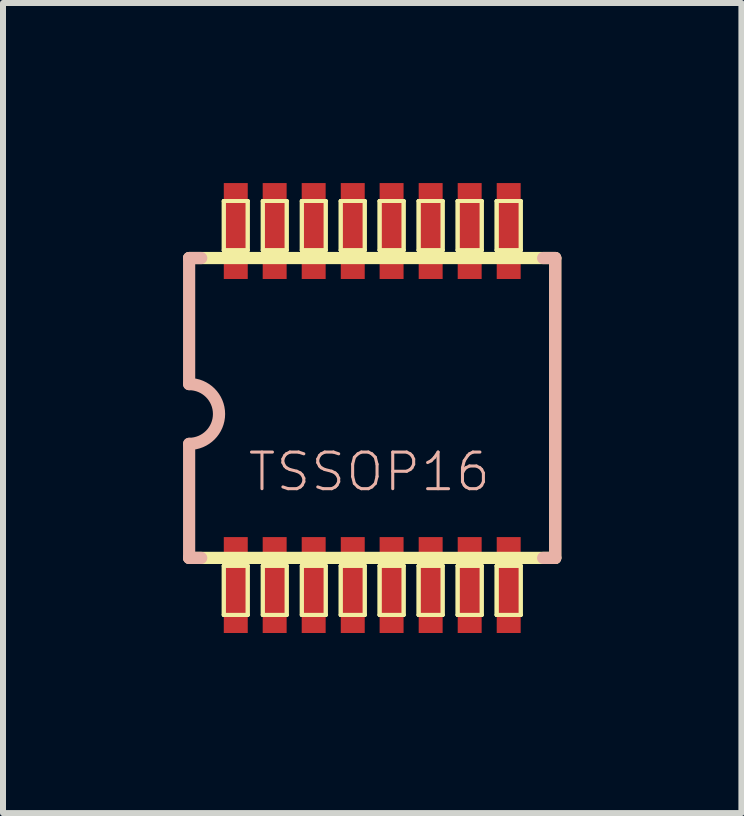
<source format=kicad_pcb>
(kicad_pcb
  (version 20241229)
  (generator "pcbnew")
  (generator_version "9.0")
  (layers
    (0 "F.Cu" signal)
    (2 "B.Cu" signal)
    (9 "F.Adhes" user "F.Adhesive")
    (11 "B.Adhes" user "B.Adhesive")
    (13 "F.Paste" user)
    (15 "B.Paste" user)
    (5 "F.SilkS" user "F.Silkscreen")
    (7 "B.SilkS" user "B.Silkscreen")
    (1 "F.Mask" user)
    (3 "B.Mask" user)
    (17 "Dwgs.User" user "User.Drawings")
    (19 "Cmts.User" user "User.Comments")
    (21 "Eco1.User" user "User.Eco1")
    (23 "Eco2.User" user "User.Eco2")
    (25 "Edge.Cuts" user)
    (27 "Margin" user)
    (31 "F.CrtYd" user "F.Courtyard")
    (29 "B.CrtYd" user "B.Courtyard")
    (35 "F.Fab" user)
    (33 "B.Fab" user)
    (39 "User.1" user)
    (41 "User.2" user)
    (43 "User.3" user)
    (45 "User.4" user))
  (footprint "TSSOP16"
    (layer "F.Cu")
    (at 3.101 3.847)
    (property "Reference" "TSSOP16" (at 0 0.965 0) (layer "B.SilkS") (effects (font (size 0.61 0.61) (thickness 0.051))))
    (attr smd)
    (fp_line (start -3 -2.598) (end 3.099 -2.598) (stroke (width 0.203) (type solid)) (layer "F.SilkS"))
    (fp_line (start -2.423 -3.548) (end -2.024 -3.548) (stroke (width 0.066) (type solid)) (layer "F.SilkS"))
    (fp_line (start -2.423 -3.548) (end -2.024 -3.548) (stroke (width 0.066) (type solid)) (layer "F.SilkS"))
    (fp_line (start -2.423 -2.728) (end -2.423 -3.548) (stroke (width 0.066) (type solid)) (layer "F.SilkS"))
    (fp_line (start -2.423 -2.728) (end -2.423 -3.548) (stroke (width 0.066) (type solid)) (layer "F.SilkS"))
    (fp_line (start -2.423 -2.728) (end -2.024 -2.728) (stroke (width 0.066) (type solid)) (layer "F.SilkS"))
    (fp_line (start -2.423 -2.728) (end -2.024 -2.728) (stroke (width 0.066) (type solid)) (layer "F.SilkS"))
    (fp_line (start -2.423 2.53) (end -2.024 2.53) (stroke (width 0.066) (type solid)) (layer "F.SilkS"))
    (fp_line (start -2.423 2.53) (end -2.024 2.53) (stroke (width 0.066) (type solid)) (layer "F.SilkS"))
    (fp_line (start -2.423 3.348) (end -2.423 2.53) (stroke (width 0.066) (type solid)) (layer "F.SilkS"))
    (fp_line (start -2.423 3.348) (end -2.423 2.53) (stroke (width 0.066) (type solid)) (layer "F.SilkS"))
    (fp_line (start -2.423 3.348) (end -2.024 3.348) (stroke (width 0.066) (type solid)) (layer "F.SilkS"))
    (fp_line (start -2.423 3.348) (end -2.024 3.348) (stroke (width 0.066) (type solid)) (layer "F.SilkS"))
    (fp_line (start -2.024 -2.728) (end -2.024 -3.548) (stroke (width 0.066) (type solid)) (layer "F.SilkS"))
    (fp_line (start -2.024 -2.728) (end -2.024 -3.548) (stroke (width 0.066) (type solid)) (layer "F.SilkS"))
    (fp_line (start -2.024 3.348) (end -2.024 2.53) (stroke (width 0.066) (type solid)) (layer "F.SilkS"))
    (fp_line (start -2.024 3.348) (end -2.024 2.53) (stroke (width 0.066) (type solid)) (layer "F.SilkS"))
    (fp_line (start -1.773 -3.548) (end -1.374 -3.548) (stroke (width 0.066) (type solid)) (layer "F.SilkS"))
    (fp_line (start -1.773 -3.548) (end -1.374 -3.548) (stroke (width 0.066) (type solid)) (layer "F.SilkS"))
    (fp_line (start -1.773 -2.728) (end -1.773 -3.548) (stroke (width 0.066) (type solid)) (layer "F.SilkS"))
    (fp_line (start -1.773 -2.728) (end -1.773 -3.548) (stroke (width 0.066) (type solid)) (layer "F.SilkS"))
    (fp_line (start -1.773 -2.728) (end -1.374 -2.728) (stroke (width 0.066) (type solid)) (layer "F.SilkS"))
    (fp_line (start -1.773 -2.728) (end -1.374 -2.728) (stroke (width 0.066) (type solid)) (layer "F.SilkS"))
    (fp_line (start -1.773 2.53) (end -1.374 2.53) (stroke (width 0.066) (type solid)) (layer "F.SilkS"))
    (fp_line (start -1.773 2.53) (end -1.374 2.53) (stroke (width 0.066) (type solid)) (layer "F.SilkS"))
    (fp_line (start -1.773 3.348) (end -1.773 2.53) (stroke (width 0.066) (type solid)) (layer "F.SilkS"))
    (fp_line (start -1.773 3.348) (end -1.773 2.53) (stroke (width 0.066) (type solid)) (layer "F.SilkS"))
    (fp_line (start -1.773 3.348) (end -1.374 3.348) (stroke (width 0.066) (type solid)) (layer "F.SilkS"))
    (fp_line (start -1.773 3.348) (end -1.374 3.348) (stroke (width 0.066) (type solid)) (layer "F.SilkS"))
    (fp_line (start -1.374 -2.728) (end -1.374 -3.548) (stroke (width 0.066) (type solid)) (layer "F.SilkS"))
    (fp_line (start -1.374 -2.728) (end -1.374 -3.548) (stroke (width 0.066) (type solid)) (layer "F.SilkS"))
    (fp_line (start -1.374 3.348) (end -1.374 2.53) (stroke (width 0.066) (type solid)) (layer "F.SilkS"))
    (fp_line (start -1.374 3.348) (end -1.374 2.53) (stroke (width 0.066) (type solid)) (layer "F.SilkS"))
    (fp_line (start -1.123 -3.548) (end -0.724 -3.548) (stroke (width 0.066) (type solid)) (layer "F.SilkS"))
    (fp_line (start -1.123 -3.548) (end -0.724 -3.548) (stroke (width 0.066) (type solid)) (layer "F.SilkS"))
    (fp_line (start -1.123 -2.728) (end -1.123 -3.548) (stroke (width 0.066) (type solid)) (layer "F.SilkS"))
    (fp_line (start -1.123 -2.728) (end -1.123 -3.548) (stroke (width 0.066) (type solid)) (layer "F.SilkS"))
    (fp_line (start -1.123 -2.728) (end -0.724 -2.728) (stroke (width 0.066) (type solid)) (layer "F.SilkS"))
    (fp_line (start -1.123 -2.728) (end -0.724 -2.728) (stroke (width 0.066) (type solid)) (layer "F.SilkS"))
    (fp_line (start -1.123 2.53) (end -0.724 2.53) (stroke (width 0.066) (type solid)) (layer "F.SilkS"))
    (fp_line (start -1.123 2.53) (end -0.724 2.53) (stroke (width 0.066) (type solid)) (layer "F.SilkS"))
    (fp_line (start -1.123 3.348) (end -1.123 2.53) (stroke (width 0.066) (type solid)) (layer "F.SilkS"))
    (fp_line (start -1.123 3.348) (end -1.123 2.53) (stroke (width 0.066) (type solid)) (layer "F.SilkS"))
    (fp_line (start -1.123 3.348) (end -0.724 3.348) (stroke (width 0.066) (type solid)) (layer "F.SilkS"))
    (fp_line (start -1.123 3.348) (end -0.724 3.348) (stroke (width 0.066) (type solid)) (layer "F.SilkS"))
    (fp_line (start -0.724 -2.728) (end -0.724 -3.548) (stroke (width 0.066) (type solid)) (layer "F.SilkS"))
    (fp_line (start -0.724 -2.728) (end -0.724 -3.548) (stroke (width 0.066) (type solid)) (layer "F.SilkS"))
    (fp_line (start -0.724 3.348) (end -0.724 2.53) (stroke (width 0.066) (type solid)) (layer "F.SilkS"))
    (fp_line (start -0.724 3.348) (end -0.724 2.53) (stroke (width 0.066) (type solid)) (layer "F.SilkS"))
    (fp_line (start -0.475 -3.548) (end -0.074 -3.548) (stroke (width 0.066) (type solid)) (layer "F.SilkS"))
    (fp_line (start -0.475 -3.548) (end -0.074 -3.548) (stroke (width 0.066) (type solid)) (layer "F.SilkS"))
    (fp_line (start -0.475 -2.728) (end -0.475 -3.548) (stroke (width 0.066) (type solid)) (layer "F.SilkS"))
    (fp_line (start -0.475 -2.728) (end -0.475 -3.548) (stroke (width 0.066) (type solid)) (layer "F.SilkS"))
    (fp_line (start -0.475 -2.728) (end -0.074 -2.728) (stroke (width 0.066) (type solid)) (layer "F.SilkS"))
    (fp_line (start -0.475 -2.728) (end -0.074 -2.728) (stroke (width 0.066) (type solid)) (layer "F.SilkS"))
    (fp_line (start -0.475 2.53) (end -0.074 2.53) (stroke (width 0.066) (type solid)) (layer "F.SilkS"))
    (fp_line (start -0.475 2.53) (end -0.074 2.53) (stroke (width 0.066) (type solid)) (layer "F.SilkS"))
    (fp_line (start -0.475 3.348) (end -0.475 2.53) (stroke (width 0.066) (type solid)) (layer "F.SilkS"))
    (fp_line (start -0.475 3.348) (end -0.475 2.53) (stroke (width 0.066) (type solid)) (layer "F.SilkS"))
    (fp_line (start -0.475 3.348) (end -0.074 3.348) (stroke (width 0.066) (type solid)) (layer "F.SilkS"))
    (fp_line (start -0.475 3.348) (end -0.074 3.348) (stroke (width 0.066) (type solid)) (layer "F.SilkS"))
    (fp_line (start -0.074 -2.728) (end -0.074 -3.548) (stroke (width 0.066) (type solid)) (layer "F.SilkS"))
    (fp_line (start -0.074 -2.728) (end -0.074 -3.548) (stroke (width 0.066) (type solid)) (layer "F.SilkS"))
    (fp_line (start -0.074 3.348) (end -0.074 2.53) (stroke (width 0.066) (type solid)) (layer "F.SilkS"))
    (fp_line (start -0.074 3.348) (end -0.074 2.53) (stroke (width 0.066) (type solid)) (layer "F.SilkS"))
    (fp_line (start 0.173 -3.548) (end 0.574 -3.548) (stroke (width 0.066) (type solid)) (layer "F.SilkS"))
    (fp_line (start 0.173 -3.548) (end 0.574 -3.548) (stroke (width 0.066) (type solid)) (layer "F.SilkS"))
    (fp_line (start 0.173 -2.728) (end 0.173 -3.548) (stroke (width 0.066) (type solid)) (layer "F.SilkS"))
    (fp_line (start 0.173 -2.728) (end 0.173 -3.548) (stroke (width 0.066) (type solid)) (layer "F.SilkS"))
    (fp_line (start 0.173 -2.728) (end 0.574 -2.728) (stroke (width 0.066) (type solid)) (layer "F.SilkS"))
    (fp_line (start 0.173 -2.728) (end 0.574 -2.728) (stroke (width 0.066) (type solid)) (layer "F.SilkS"))
    (fp_line (start 0.173 2.53) (end 0.574 2.53) (stroke (width 0.066) (type solid)) (layer "F.SilkS"))
    (fp_line (start 0.173 2.53) (end 0.574 2.53) (stroke (width 0.066) (type solid)) (layer "F.SilkS"))
    (fp_line (start 0.173 3.348) (end 0.173 2.53) (stroke (width 0.066) (type solid)) (layer "F.SilkS"))
    (fp_line (start 0.173 3.348) (end 0.173 2.53) (stroke (width 0.066) (type solid)) (layer "F.SilkS"))
    (fp_line (start 0.173 3.348) (end 0.574 3.348) (stroke (width 0.066) (type solid)) (layer "F.SilkS"))
    (fp_line (start 0.173 3.348) (end 0.574 3.348) (stroke (width 0.066) (type solid)) (layer "F.SilkS"))
    (fp_line (start 0.574 -2.728) (end 0.574 -3.548) (stroke (width 0.066) (type solid)) (layer "F.SilkS"))
    (fp_line (start 0.574 -2.728) (end 0.574 -3.548) (stroke (width 0.066) (type solid)) (layer "F.SilkS"))
    (fp_line (start 0.574 3.348) (end 0.574 2.53) (stroke (width 0.066) (type solid)) (layer "F.SilkS"))
    (fp_line (start 0.574 3.348) (end 0.574 2.53) (stroke (width 0.066) (type solid)) (layer "F.SilkS"))
    (fp_line (start 0.823 -3.548) (end 1.224 -3.548) (stroke (width 0.066) (type solid)) (layer "F.SilkS"))
    (fp_line (start 0.823 -3.548) (end 1.224 -3.548) (stroke (width 0.066) (type solid)) (layer "F.SilkS"))
    (fp_line (start 0.823 -2.728) (end 0.823 -3.548) (stroke (width 0.066) (type solid)) (layer "F.SilkS"))
    (fp_line (start 0.823 -2.728) (end 0.823 -3.548) (stroke (width 0.066) (type solid)) (layer "F.SilkS"))
    (fp_line (start 0.823 -2.728) (end 1.224 -2.728) (stroke (width 0.066) (type solid)) (layer "F.SilkS"))
    (fp_line (start 0.823 -2.728) (end 1.224 -2.728) (stroke (width 0.066) (type solid)) (layer "F.SilkS"))
    (fp_line (start 0.823 2.53) (end 1.224 2.53) (stroke (width 0.066) (type solid)) (layer "F.SilkS"))
    (fp_line (start 0.823 2.53) (end 1.224 2.53) (stroke (width 0.066) (type solid)) (layer "F.SilkS"))
    (fp_line (start 0.823 3.348) (end 0.823 2.53) (stroke (width 0.066) (type solid)) (layer "F.SilkS"))
    (fp_line (start 0.823 3.348) (end 0.823 2.53) (stroke (width 0.066) (type solid)) (layer "F.SilkS"))
    (fp_line (start 0.823 3.348) (end 1.224 3.348) (stroke (width 0.066) (type solid)) (layer "F.SilkS"))
    (fp_line (start 0.823 3.348) (end 1.224 3.348) (stroke (width 0.066) (type solid)) (layer "F.SilkS"))
    (fp_line (start 1.224 -2.728) (end 1.224 -3.548) (stroke (width 0.066) (type solid)) (layer "F.SilkS"))
    (fp_line (start 1.224 -2.728) (end 1.224 -3.548) (stroke (width 0.066) (type solid)) (layer "F.SilkS"))
    (fp_line (start 1.224 3.348) (end 1.224 2.53) (stroke (width 0.066) (type solid)) (layer "F.SilkS"))
    (fp_line (start 1.224 3.348) (end 1.224 2.53) (stroke (width 0.066) (type solid)) (layer "F.SilkS"))
    (fp_line (start 1.473 -3.548) (end 1.875 -3.548) (stroke (width 0.066) (type solid)) (layer "F.SilkS"))
    (fp_line (start 1.473 -3.548) (end 1.875 -3.548) (stroke (width 0.066) (type solid)) (layer "F.SilkS"))
    (fp_line (start 1.473 -2.728) (end 1.473 -3.548) (stroke (width 0.066) (type solid)) (layer "F.SilkS"))
    (fp_line (start 1.473 -2.728) (end 1.473 -3.548) (stroke (width 0.066) (type solid)) (layer "F.SilkS"))
    (fp_line (start 1.473 -2.728) (end 1.875 -2.728) (stroke (width 0.066) (type solid)) (layer "F.SilkS"))
    (fp_line (start 1.473 -2.728) (end 1.875 -2.728) (stroke (width 0.066) (type solid)) (layer "F.SilkS"))
    (fp_line (start 1.473 2.53) (end 1.875 2.53) (stroke (width 0.066) (type solid)) (layer "F.SilkS"))
    (fp_line (start 1.473 2.53) (end 1.875 2.53) (stroke (width 0.066) (type solid)) (layer "F.SilkS"))
    (fp_line (start 1.473 3.348) (end 1.473 2.53) (stroke (width 0.066) (type solid)) (layer "F.SilkS"))
    (fp_line (start 1.473 3.348) (end 1.473 2.53) (stroke (width 0.066) (type solid)) (layer "F.SilkS"))
    (fp_line (start 1.473 3.348) (end 1.875 3.348) (stroke (width 0.066) (type solid)) (layer "F.SilkS"))
    (fp_line (start 1.473 3.348) (end 1.875 3.348) (stroke (width 0.066) (type solid)) (layer "F.SilkS"))
    (fp_line (start 1.875 -2.728) (end 1.875 -3.548) (stroke (width 0.066) (type solid)) (layer "F.SilkS"))
    (fp_line (start 1.875 -2.728) (end 1.875 -3.548) (stroke (width 0.066) (type solid)) (layer "F.SilkS"))
    (fp_line (start 1.875 3.348) (end 1.875 2.53) (stroke (width 0.066) (type solid)) (layer "F.SilkS"))
    (fp_line (start 1.875 3.348) (end 1.875 2.53) (stroke (width 0.066) (type solid)) (layer "F.SilkS"))
    (fp_line (start 2.123 -3.548) (end 2.525 -3.548) (stroke (width 0.066) (type solid)) (layer "F.SilkS"))
    (fp_line (start 2.123 -3.548) (end 2.525 -3.548) (stroke (width 0.066) (type solid)) (layer "F.SilkS"))
    (fp_line (start 2.123 -2.728) (end 2.123 -3.548) (stroke (width 0.066) (type solid)) (layer "F.SilkS"))
    (fp_line (start 2.123 -2.728) (end 2.123 -3.548) (stroke (width 0.066) (type solid)) (layer "F.SilkS"))
    (fp_line (start 2.123 -2.728) (end 2.525 -2.728) (stroke (width 0.066) (type solid)) (layer "F.SilkS"))
    (fp_line (start 2.123 -2.728) (end 2.525 -2.728) (stroke (width 0.066) (type solid)) (layer "F.SilkS"))
    (fp_line (start 2.123 2.53) (end 2.525 2.53) (stroke (width 0.066) (type solid)) (layer "F.SilkS"))
    (fp_line (start 2.123 2.53) (end 2.525 2.53) (stroke (width 0.066) (type solid)) (layer "F.SilkS"))
    (fp_line (start 2.123 3.348) (end 2.123 2.53) (stroke (width 0.066) (type solid)) (layer "F.SilkS"))
    (fp_line (start 2.123 3.348) (end 2.123 2.53) (stroke (width 0.066) (type solid)) (layer "F.SilkS"))
    (fp_line (start 2.123 3.348) (end 2.525 3.348) (stroke (width 0.066) (type solid)) (layer "F.SilkS"))
    (fp_line (start 2.123 3.348) (end 2.525 3.348) (stroke (width 0.066) (type solid)) (layer "F.SilkS"))
    (fp_line (start 2.525 -2.728) (end 2.525 -3.548) (stroke (width 0.066) (type solid)) (layer "F.SilkS"))
    (fp_line (start 2.525 -2.728) (end 2.525 -3.548) (stroke (width 0.066) (type solid)) (layer "F.SilkS"))
    (fp_line (start 2.525 3.348) (end 2.525 2.53) (stroke (width 0.066) (type solid)) (layer "F.SilkS"))
    (fp_line (start 2.525 3.348) (end 2.525 2.53) (stroke (width 0.066) (type solid)) (layer "F.SilkS"))
    (fp_line (start 3.099 2.398) (end -3 2.398) (stroke (width 0.203) (type solid)) (layer "F.SilkS"))
    (fp_line (start 3.099 2.398) (end 3.099 -2.598) (stroke (width 0.203) (type solid)) (layer "F.SilkS"))
    (fp_line (start -3 -2.598) (end -3 -0.498) (stroke (width 0.203) (type solid)) (layer "B.SilkS"))
    (fp_line (start -3 -2.598) (end -2.799 -2.598) (stroke (width 0.203) (type solid)) (layer "B.SilkS"))
    (fp_line (start -3 0.498) (end -3 2.398) (stroke (width 0.203) (type solid)) (layer "B.SilkS"))
    (fp_line (start -3 2.398) (end -2.799 2.398) (stroke (width 0.203) (type solid)) (layer "B.SilkS"))
    (fp_line (start 2.898 2.398) (end 3.099 2.398) (stroke (width 0.203) (type solid)) (layer "B.SilkS"))
    (fp_line (start 3.099 -2.598) (end 2.898 -2.598) (stroke (width 0.203) (type solid)) (layer "B.SilkS"))
    (fp_line (start 3.099 2.398) (end 3.099 -2.598) (stroke (width 0.203) (type solid)) (layer "B.SilkS"))
    (fp_arc (start -2.99974 -0.49784) (mid -2.5019 0) (end -2.99974 0.49784) (stroke (width 0.2032) (type solid)) (layer "B.SilkS"))
    (pad "1" smd rect (at -2.223 2.85) (size 0.399 1.598) (layers "F.Cu" "F.Mask" "F.Paste"))
    (pad "2" smd rect (at -1.575 2.85) (size 0.399 1.598) (layers "F.Cu" "F.Mask" "F.Paste"))
    (pad "3" smd rect (at -0.925 2.85) (size 0.399 1.598) (layers "F.Cu" "F.Mask" "F.Paste"))
    (pad "4" smd rect (at -0.274 2.85) (size 0.399 1.598) (layers "F.Cu" "F.Mask" "F.Paste"))
    (pad "5" smd rect (at 0.373 2.85) (size 0.399 1.598) (layers "F.Cu" "F.Mask" "F.Paste"))
    (pad "6" smd rect (at 1.024 2.85) (size 0.399 1.598) (layers "F.Cu" "F.Mask" "F.Paste"))
    (pad "7" smd rect (at 1.674 2.85) (size 0.399 1.598) (layers "F.Cu" "F.Mask" "F.Paste"))
    (pad "8" smd rect (at 2.324 2.85) (size 0.399 1.598) (layers "F.Cu" "F.Mask" "F.Paste"))
    (pad "9" smd rect (at 2.324 -3.048) (size 0.399 1.598) (layers "F.Cu" "F.Mask" "F.Paste"))
    (pad "10" smd rect (at 1.674 -3.048) (size 0.399 1.598) (layers "F.Cu" "F.Mask" "F.Paste"))
    (pad "11" smd rect (at 1.024 -3.048) (size 0.399 1.598) (layers "F.Cu" "F.Mask" "F.Paste"))
    (pad "12" smd rect (at 0.373 -3.048) (size 0.399 1.598) (layers "F.Cu" "F.Mask" "F.Paste"))
    (pad "13" smd rect (at -0.274 -3.048) (size 0.399 1.598) (layers "F.Cu" "F.Mask" "F.Paste"))
    (pad "14" smd rect (at -0.925 -3.048) (size 0.399 1.598) (layers "F.Cu" "F.Mask" "F.Paste"))
    (pad "15" smd rect (at -1.575 -3.048) (size 0.399 1.598) (layers "F.Cu" "F.Mask" "F.Paste"))
    (pad "16" smd rect (at -2.223 -3.048) (size 0.399 1.598) (layers "F.Cu" "F.Mask" "F.Paste")))
  (gr_rect
    (start -3 -3)
    (end 9.302 10.496)
    (stroke (width 0.1) (type default))
    (fill no)
    (layer "Edge.Cuts")))
</source>
